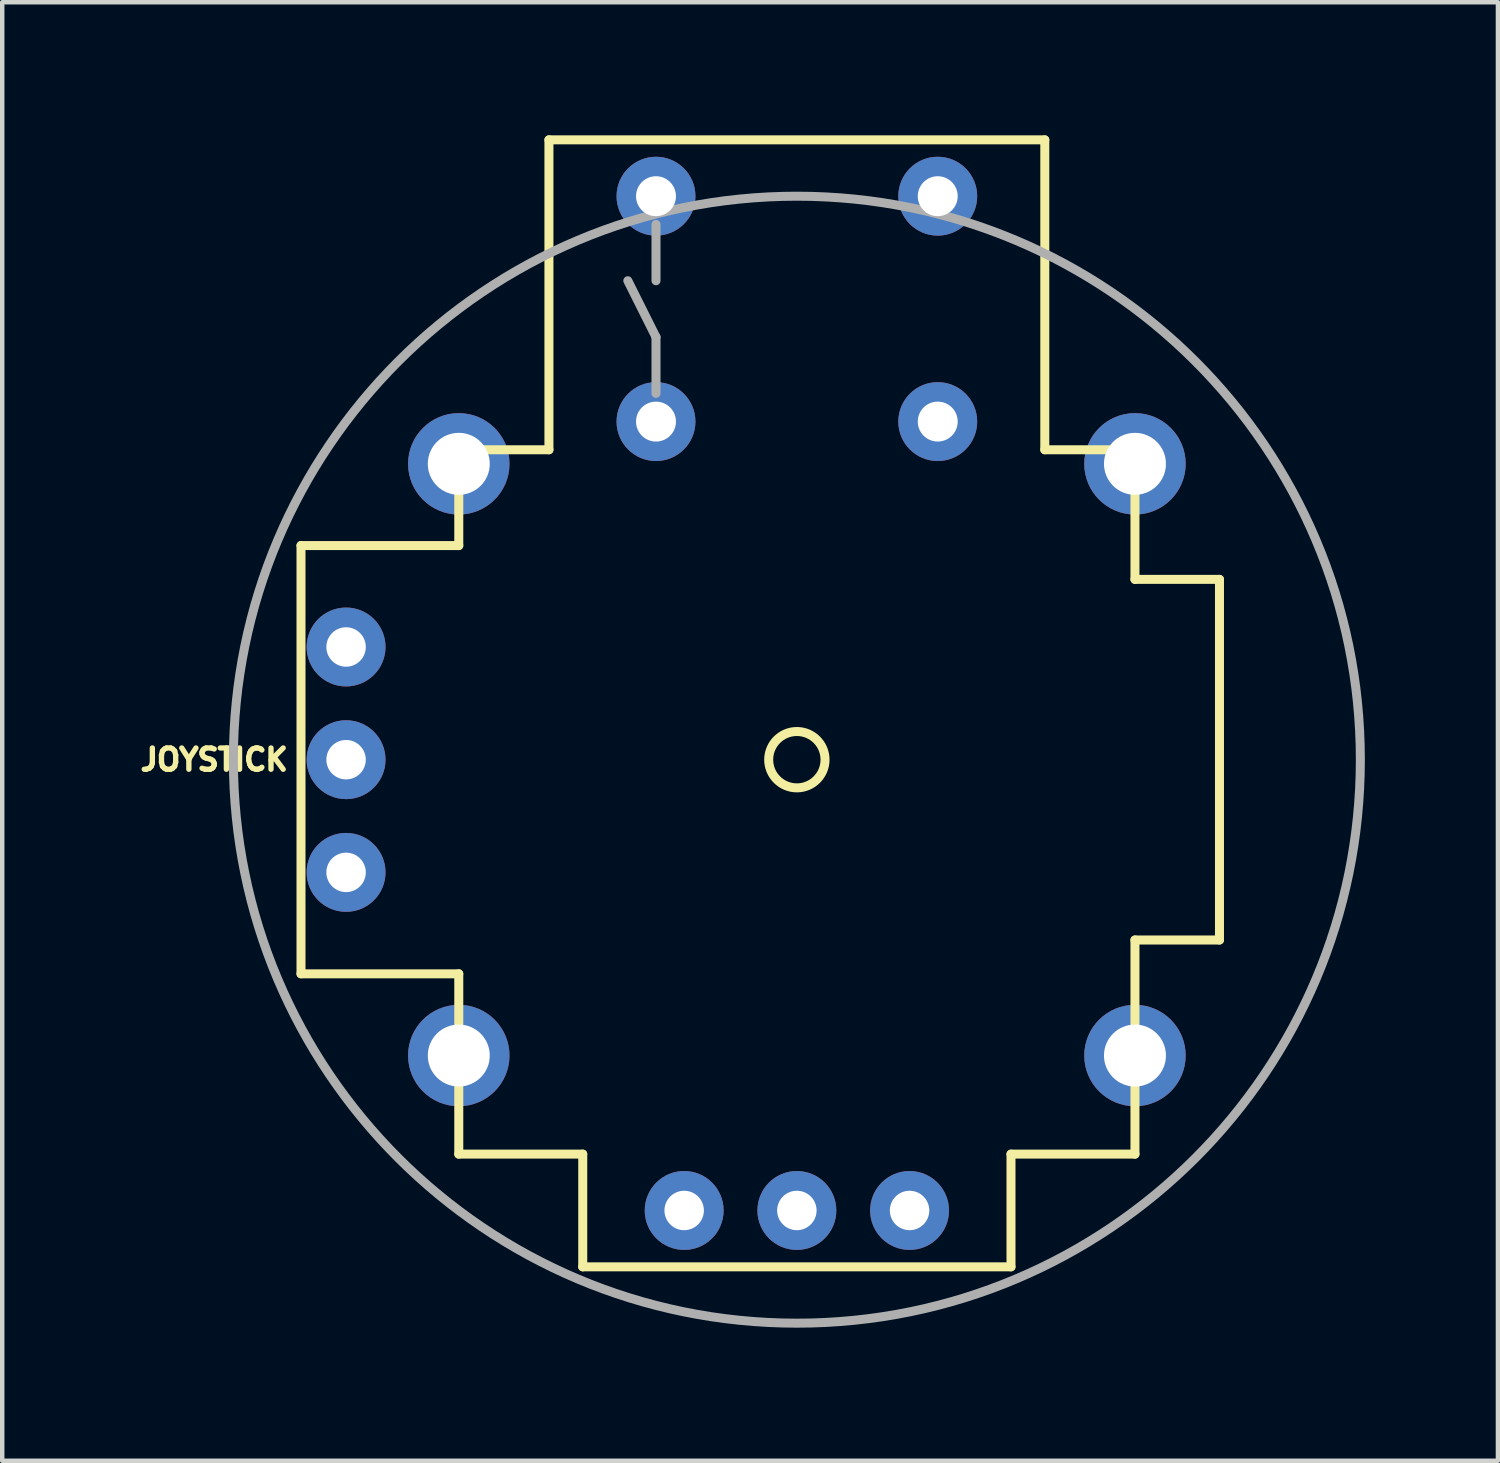
<source format=kicad_pcb>
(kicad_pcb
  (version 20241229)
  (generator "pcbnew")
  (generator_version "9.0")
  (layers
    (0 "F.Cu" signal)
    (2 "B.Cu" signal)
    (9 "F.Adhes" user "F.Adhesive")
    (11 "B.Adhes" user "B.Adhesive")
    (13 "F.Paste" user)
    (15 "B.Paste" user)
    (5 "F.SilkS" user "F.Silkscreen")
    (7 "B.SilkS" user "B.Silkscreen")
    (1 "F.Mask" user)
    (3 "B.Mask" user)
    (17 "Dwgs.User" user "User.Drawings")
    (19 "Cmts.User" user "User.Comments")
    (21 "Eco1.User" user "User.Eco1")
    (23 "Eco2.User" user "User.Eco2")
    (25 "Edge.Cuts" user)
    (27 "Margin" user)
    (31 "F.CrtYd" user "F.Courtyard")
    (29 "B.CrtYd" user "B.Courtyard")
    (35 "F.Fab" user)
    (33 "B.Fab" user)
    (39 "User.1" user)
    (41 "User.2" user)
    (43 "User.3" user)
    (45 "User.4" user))
  (footprint "JOYSTICK"
    (layer "F.Cu")
    (at 14.91 14.072)
    (property "Reference" "JOYSTICK" (at -13.132 0 180) (layer "F.SilkS") (effects (font (size 0.48 0.48) (thickness 0.15))))
    (attr through_hole)
    (fp_line (start -11.176 -4.826) (end -11.176 4.826) (stroke (width 0.203) (type solid)) (layer "F.SilkS"))
    (fp_line (start -7.62 -4.826) (end -11.176 -4.826) (stroke (width 0.203) (type solid)) (layer "F.SilkS"))
    (fp_line (start -7.62 -4.826) (end -7.62 -6.985) (stroke (width 0.203) (type solid)) (layer "F.SilkS"))
    (fp_line (start -7.62 4.826) (end -11.176 4.826) (stroke (width 0.203) (type solid)) (layer "F.SilkS"))
    (fp_line (start -7.62 4.826) (end -7.62 8.89) (stroke (width 0.203) (type solid)) (layer "F.SilkS"))
    (fp_line (start -5.588 -13.97) (end -5.588 -6.985) (stroke (width 0.203) (type solid)) (layer "F.SilkS"))
    (fp_line (start -5.588 -6.985) (end -7.62 -6.985) (stroke (width 0.203) (type solid)) (layer "F.SilkS"))
    (fp_line (start -4.826 8.89) (end -7.62 8.89) (stroke (width 0.203) (type solid)) (layer "F.SilkS"))
    (fp_line (start -4.826 11.43) (end -4.826 8.89) (stroke (width 0.203) (type solid)) (layer "F.SilkS"))
    (fp_line (start 4.826 8.89) (end 7.62 8.89) (stroke (width 0.203) (type solid)) (layer "F.SilkS"))
    (fp_line (start 4.826 11.43) (end -4.826 11.43) (stroke (width 0.203) (type solid)) (layer "F.SilkS"))
    (fp_line (start 4.826 11.43) (end 4.826 8.89) (stroke (width 0.203) (type solid)) (layer "F.SilkS"))
    (fp_line (start 5.588 -13.97) (end -5.588 -13.97) (stroke (width 0.203) (type solid)) (layer "F.SilkS"))
    (fp_line (start 5.588 -13.97) (end 5.588 -6.985) (stroke (width 0.203) (type solid)) (layer "F.SilkS"))
    (fp_line (start 7.62 -6.985) (end 5.588 -6.985) (stroke (width 0.203) (type solid)) (layer "F.SilkS"))
    (fp_line (start 7.62 -4.064) (end 7.62 -6.985) (stroke (width 0.203) (type solid)) (layer "F.SilkS"))
    (fp_line (start 7.62 -4.064) (end 9.525 -4.064) (stroke (width 0.203) (type solid)) (layer "F.SilkS"))
    (fp_line (start 7.62 4.064) (end 7.62 8.89) (stroke (width 0.203) (type solid)) (layer "F.SilkS"))
    (fp_line (start 7.62 4.064) (end 9.525 4.064) (stroke (width 0.203) (type solid)) (layer "F.SilkS"))
    (fp_line (start 9.525 -4.064) (end 9.525 4.064) (stroke (width 0.203) (type solid)) (layer "F.SilkS"))
    (fp_circle (center 0 0) (end 0.635 0) (stroke (width 0.203) (type solid)) (fill no) (layer "F.SilkS"))
    (fp_line (start -3.175 -10.795) (end -3.175 -12.065) (stroke (width 0.203) (type solid)) (layer "F.Fab"))
    (fp_line (start -3.175 -9.525) (end -3.81 -10.795) (stroke (width 0.203) (type solid)) (layer "F.Fab"))
    (fp_line (start -3.175 -8.255) (end -3.175 -9.525) (stroke (width 0.203) (type solid)) (layer "F.Fab"))
    (fp_circle (center 0 0) (end 12.7 0) (stroke (width 0.203) (type solid)) (fill no) (layer "F.Fab"))
    (pad "B1A" thru_hole circle (at -3.175 -12.7) (size 1.778 1.778) (drill 0.9) (layers "*.Cu" "*.Mask"))
    (pad "B1B" thru_hole circle (at 3.175 -12.7) (size 1.778 1.778) (drill 0.9) (layers "*.Cu" "*.Mask"))
    (pad "B2A" thru_hole circle (at -3.175 -7.62) (size 1.778 1.778) (drill 0.9) (layers "*.Cu" "*.Mask"))
    (pad "B2B" thru_hole circle (at 3.175 -7.62) (size 1.778 1.778) (drill 0.9) (layers "*.Cu" "*.Mask"))
    (pad "H1" thru_hole circle (at -2.54 10.16) (size 1.778 1.778) (drill 0.889) (layers "*.Cu" "*.Mask"))
    (pad "H2" thru_hole circle (at 0 10.16) (size 1.778 1.778) (drill 0.889) (layers "*.Cu" "*.Mask"))
    (pad "H3" thru_hole circle (at 2.54 10.16) (size 1.778 1.778) (drill 0.889) (layers "*.Cu" "*.Mask"))
    (pad "MOUNT1" thru_hole circle (at -7.62 -6.668) (size 2.286 2.286) (drill 1.397) (layers "*.Cu" "*.Mask"))
    (pad "MOUNT2" thru_hole circle (at -7.62 6.668) (size 2.286 2.286) (drill 1.397) (layers "*.Cu" "*.Mask"))
    (pad "MOUNT3" thru_hole circle (at 7.62 6.668) (size 2.286 2.286) (drill 1.397) (layers "*.Cu" "*.Mask"))
    (pad "MOUNT4" thru_hole circle (at 7.62 -6.668) (size 2.286 2.286) (drill 1.397) (layers "*.Cu" "*.Mask"))
    (pad "V1" thru_hole circle (at -10.16 -2.54) (size 1.778 1.778) (drill 0.889) (layers "*.Cu" "*.Mask"))
    (pad "V2" thru_hole circle (at -10.16 0) (size 1.778 1.778) (drill 0.889) (layers "*.Cu" "*.Mask"))
    (pad "V3" thru_hole circle (at -10.16 2.54) (size 1.778 1.778) (drill 0.889) (layers "*.Cu" "*.Mask")))
  (gr_rect
    (start -3 -3)
    (end 30.711 29.873)
    (stroke (width 0.1) (type default))
    (fill no)
    (layer "Edge.Cuts")))
</source>
